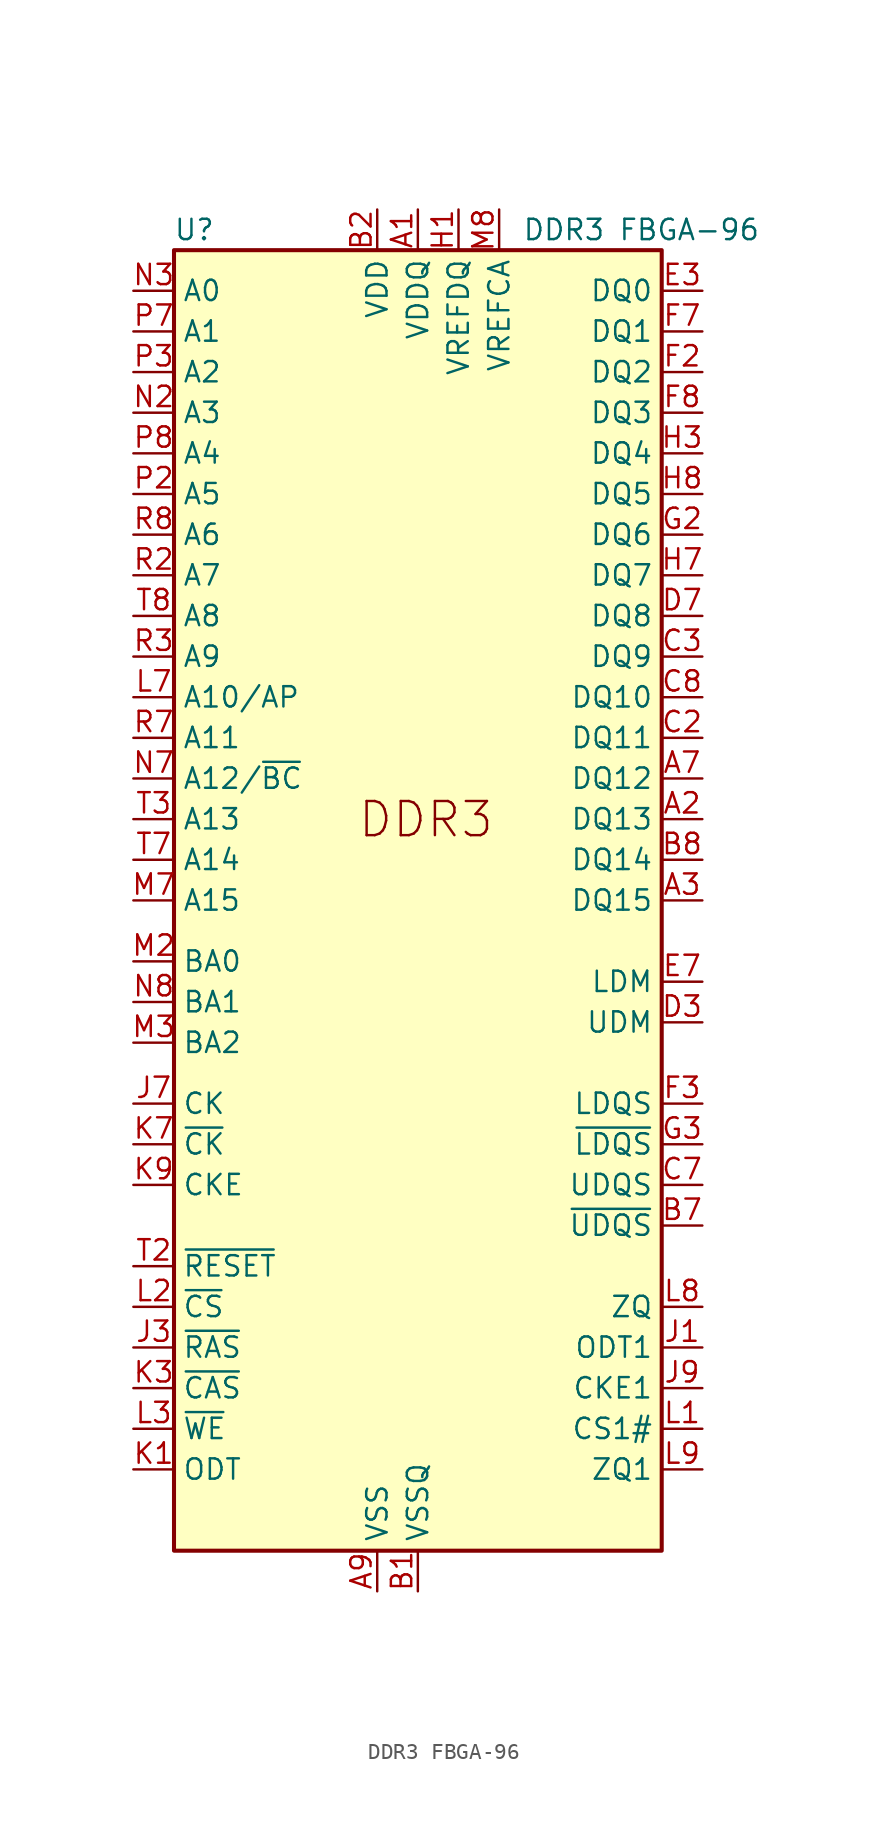
<source format=kicad_sym>
(kicad_symbol_lib
  (version 20220914)
  (generator kicad_symbol_editor)
  (symbol "DDR3 FBGA-96"
    (property "Reference" "U"
      (at -13.97 41.91 0)
      (effects (font (size 1.27 1.27))))
    (property "Value" "DDR3 FBGA-96"
      (at 13.97 41.91 0)
      (effects (font (size 1.27 1.27))))
    (symbol "DDR3 FBGA-96_0_1"
      (rectangle (start -15.24 40.64) (end 15.24 -40.64) (stroke (width 0.254) (type default)) (fill (type background)))
      (pin power_in line (at 0 43.18 270) (length 2.54) (name "VDDQ" (effects (font (size 1.27 1.27)))) (number "A1" (effects (font (size 1.27 1.27)))))
      (pin passive line (at 0 43.18 270) (length 2.54) hide (name "VDDQ" (effects (font (size 1.27 1.27)))) (number "A8" (effects (font (size 1.27 1.27)))))
      (pin power_in line (at -2.54 -43.18 90) (length 2.54) (name "VSS" (effects (font (size 1.27 1.27)))) (number "A9" (effects (font (size 1.27 1.27)))))
      (pin power_in line (at 0 -43.18 90) (length 2.54) (name "VSSQ" (effects (font (size 1.27 1.27)))) (number "B1" (effects (font (size 1.27 1.27)))))
      (pin power_in line (at -2.54 43.18 270) (length 2.54) (name "VDD" (effects (font (size 1.27 1.27)))) (number "B2" (effects (font (size 1.27 1.27)))))
      (pin passive line (at -2.54 -43.18 90) (length 2.54) hide (name "VSS" (effects (font (size 1.27 1.27)))) (number "B3" (effects (font (size 1.27 1.27)))))
      (pin passive line (at 0 -43.18 90) (length 2.54) hide (name "VSSQ" (effects (font (size 1.27 1.27)))) (number "B9" (effects (font (size 1.27 1.27)))))
      (pin passive line (at 0 43.18 270) (length 2.54) hide (name "VDDQ" (effects (font (size 1.27 1.27)))) (number "C1" (effects (font (size 1.27 1.27)))))
      (pin passive line (at 0 43.18 270) (length 2.54) hide (name "VDDQ" (effects (font (size 1.27 1.27)))) (number "C9" (effects (font (size 1.27 1.27)))))
      (pin passive line (at 0 -43.18 90) (length 2.54) hide (name "VSSQ" (effects (font (size 1.27 1.27)))) (number "D1" (effects (font (size 1.27 1.27)))))
      (pin passive line (at 0 43.18 270) (length 2.54) hide (name "VDDQ" (effects (font (size 1.27 1.27)))) (number "D2" (effects (font (size 1.27 1.27)))))
      (pin passive line (at 0 -43.18 90) (length 2.54) hide (name "VSSQ" (effects (font (size 1.27 1.27)))) (number "D8" (effects (font (size 1.27 1.27)))))
      (pin passive line (at -2.54 43.18 270) (length 2.54) hide (name "VDD" (effects (font (size 1.27 1.27)))) (number "D9" (effects (font (size 1.27 1.27)))))
      (pin passive line (at -2.54 -43.18 90) (length 2.54) hide (name "VSS" (effects (font (size 1.27 1.27)))) (number "E1" (effects (font (size 1.27 1.27)))))
      (pin passive line (at 0 -43.18 90) (length 2.54) hide (name "VSSQ" (effects (font (size 1.27 1.27)))) (number "E2" (effects (font (size 1.27 1.27)))))
      (pin bidirectional line (at 17.78 38.1 180) (length 2.54) (name "DQ0" (effects (font (size 1.27 1.27)))) (number "E3" (effects (font (size 1.27 1.27)))))
      (pin passive line (at 0 -43.18 90) (length 2.54) hide (name "VSSQ" (effects (font (size 1.27 1.27)))) (number "E8" (effects (font (size 1.27 1.27)))))
      (pin passive line (at 0 43.18 270) (length 2.54) hide (name "VDDQ" (effects (font (size 1.27 1.27)))) (number "E9" (effects (font (size 1.27 1.27)))))
      (pin passive line (at 0 43.18 270) (length 2.54) hide (name "VDDQ" (effects (font (size 1.27 1.27)))) (number "F1" (effects (font (size 1.27 1.27)))))
      (pin bidirectional line (at 17.78 33.02 180) (length 2.54) (name "DQ2" (effects (font (size 1.27 1.27)))) (number "F2" (effects (font (size 1.27 1.27)))))
      (pin bidirectional line (at 17.78 35.56 180) (length 2.54) (name "DQ1" (effects (font (size 1.27 1.27)))) (number "F7" (effects (font (size 1.27 1.27)))))
      (pin bidirectional line (at 17.78 30.48 180) (length 2.54) (name "DQ3" (effects (font (size 1.27 1.27)))) (number "F8" (effects (font (size 1.27 1.27)))))
      (pin passive line (at 0 -43.18 90) (length 2.54) hide (name "VSSQ" (effects (font (size 1.27 1.27)))) (number "F9" (effects (font (size 1.27 1.27)))))
      (pin passive line (at 0 -43.18 90) (length 2.54) hide (name "VSSQ" (effects (font (size 1.27 1.27)))) (number "G1" (effects (font (size 1.27 1.27)))))
      (pin bidirectional line (at 17.78 22.86 180) (length 2.54) (name "DQ6" (effects (font (size 1.27 1.27)))) (number "G2" (effects (font (size 1.27 1.27)))))
      (pin passive line (at -2.54 43.18 270) (length 2.54) hide (name "VDD" (effects (font (size 1.27 1.27)))) (number "G7" (effects (font (size 1.27 1.27)))))
      (pin passive line (at -2.54 -43.18 90) (length 2.54) hide (name "VSS" (effects (font (size 1.27 1.27)))) (number "G8" (effects (font (size 1.27 1.27)))))
      (pin passive line (at 0 -43.18 90) (length 2.54) hide (name "VSSQ" (effects (font (size 1.27 1.27)))) (number "G9" (effects (font (size 1.27 1.27)))))
      (pin power_in line (at 2.54 43.18 270) (length 2.54) (name "VREFDQ" (effects (font (size 1.27 1.27)))) (number "H1" (effects (font (size 1.27 1.27)))))
      (pin passive line (at 0 43.18 270) (length 2.54) hide (name "VDDQ" (effects (font (size 1.27 1.27)))) (number "H2" (effects (font (size 1.27 1.27)))))
      (pin bidirectional line (at 17.78 27.94 180) (length 2.54) (name "DQ4" (effects (font (size 1.27 1.27)))) (number "H3" (effects (font (size 1.27 1.27)))))
      (pin bidirectional line (at 17.78 20.32 180) (length 2.54) (name "DQ7" (effects (font (size 1.27 1.27)))) (number "H7" (effects (font (size 1.27 1.27)))))
      (pin bidirectional line (at 17.78 25.4 180) (length 2.54) (name "DQ5" (effects (font (size 1.27 1.27)))) (number "H8" (effects (font (size 1.27 1.27)))))
      (pin passive line (at 0 43.18 270) (length 2.54) hide (name "VDDQ" (effects (font (size 1.27 1.27)))) (number "H9" (effects (font (size 1.27 1.27)))))
      (pin passive line (at -2.54 -43.18 90) (length 2.54) hide (name "VSS" (effects (font (size 1.27 1.27)))) (number "J2" (effects (font (size 1.27 1.27)))))
      (pin passive line (at -2.54 -43.18 90) (length 2.54) hide (name "VSS" (effects (font (size 1.27 1.27)))) (number "J8" (effects (font (size 1.27 1.27)))))
      (pin passive line (at -2.54 43.18 270) (length 2.54) hide (name "VDD" (effects (font (size 1.27 1.27)))) (number "K2" (effects (font (size 1.27 1.27)))))
      (pin passive line (at -2.54 43.18 270) (length 2.54) hide (name "VDD" (effects (font (size 1.27 1.27)))) (number "K8" (effects (font (size 1.27 1.27)))))
      (pin input line (at -17.78 -25.4 0) (length 2.54) (name "~{CS}" (effects (font (size 1.27 1.27)))) (number "L2" (effects (font (size 1.27 1.27)))))
      (pin input line (at -17.78 12.7 0) (length 2.54) (name "A10/AP" (effects (font (size 1.27 1.27)))) (number "L7" (effects (font (size 1.27 1.27)))))
      (pin passive line (at -2.54 -43.18 90) (length 2.54) hide (name "VSS" (effects (font (size 1.27 1.27)))) (number "M1" (effects (font (size 1.27 1.27)))))
      (pin passive line (at -2.54 -43.18 90) (length 2.54) hide (name "VSS" (effects (font (size 1.27 1.27)))) (number "M9" (effects (font (size 1.27 1.27)))))
      (pin passive line (at -2.54 43.18 270) (length 2.54) hide (name "VDD" (effects (font (size 1.27 1.27)))) (number "N1" (effects (font (size 1.27 1.27)))))
      (pin input line (at -17.78 30.48 0) (length 2.54) (name "A3" (effects (font (size 1.27 1.27)))) (number "N2" (effects (font (size 1.27 1.27)))))
      (pin input line (at -17.78 38.1 0) (length 2.54) (name "A0" (effects (font (size 1.27 1.27)))) (number "N3" (effects (font (size 1.27 1.27)))))
      (pin input line (at -17.78 7.62 0) (length 2.54) (name "A12/~{BC}" (effects (font (size 1.27 1.27)))) (number "N7" (effects (font (size 1.27 1.27)))))
      (pin passive line (at -2.54 43.18 270) (length 2.54) hide (name "VDD" (effects (font (size 1.27 1.27)))) (number "N9" (effects (font (size 1.27 1.27)))))
      (pin passive line (at -2.54 -43.18 90) (length 2.54) hide (name "VSS" (effects (font (size 1.27 1.27)))) (number "P1" (effects (font (size 1.27 1.27)))))
      (pin input line (at -17.78 25.4 0) (length 2.54) (name "A5" (effects (font (size 1.27 1.27)))) (number "P2" (effects (font (size 1.27 1.27)))))
      (pin input line (at -17.78 33.02 0) (length 2.54) (name "A2" (effects (font (size 1.27 1.27)))) (number "P3" (effects (font (size 1.27 1.27)))))
      (pin input line (at -17.78 35.56 0) (length 2.54) (name "A1" (effects (font (size 1.27 1.27)))) (number "P7" (effects (font (size 1.27 1.27)))))
      (pin input line (at -17.78 27.94 0) (length 2.54) (name "A4" (effects (font (size 1.27 1.27)))) (number "P8" (effects (font (size 1.27 1.27)))))
      (pin passive line (at -2.54 -43.18 90) (length 2.54) hide (name "VSS" (effects (font (size 1.27 1.27)))) (number "P9" (effects (font (size 1.27 1.27)))))
      (pin passive line (at -2.54 43.18 270) (length 2.54) hide (name "VDD" (effects (font (size 1.27 1.27)))) (number "R1" (effects (font (size 1.27 1.27)))))
      (pin input line (at -17.78 20.32 0) (length 2.54) (name "A7" (effects (font (size 1.27 1.27)))) (number "R2" (effects (font (size 1.27 1.27)))))
      (pin input line (at -17.78 15.24 0) (length 2.54) (name "A9" (effects (font (size 1.27 1.27)))) (number "R3" (effects (font (size 1.27 1.27)))))
      (pin input line (at -17.78 10.16 0) (length 2.54) (name "A11" (effects (font (size 1.27 1.27)))) (number "R7" (effects (font (size 1.27 1.27)))))
      (pin input line (at -17.78 22.86 0) (length 2.54) (name "A6" (effects (font (size 1.27 1.27)))) (number "R8" (effects (font (size 1.27 1.27)))))
      (pin passive line (at -2.54 43.18 270) (length 2.54) hide (name "VDD" (effects (font (size 1.27 1.27)))) (number "R9" (effects (font (size 1.27 1.27)))))
      (pin passive line (at -2.54 -43.18 90) (length 2.54) hide (name "VSS" (effects (font (size 1.27 1.27)))) (number "T1" (effects (font (size 1.27 1.27)))))
      (pin input line (at -17.78 -22.86 0) (length 2.54) (name "~{RESET}" (effects (font (size 1.27 1.27)))) (number "T2" (effects (font (size 1.27 1.27)))))
      (pin input line (at -17.78 5.08 0) (length 2.54) (name "A13" (effects (font (size 1.27 1.27)))) (number "T3" (effects (font (size 1.27 1.27)))))
      (pin input line (at -17.78 2.54 0) (length 2.54) (name "A14" (effects (font (size 1.27 1.27)))) (number "T7" (effects (font (size 1.27 1.27)))))
      (pin input line (at -17.78 17.78 0) (length 2.54) (name "A8" (effects (font (size 1.27 1.27)))) (number "T8" (effects (font (size 1.27 1.27)))))
      (pin passive line (at -2.54 -43.18 90) (length 2.54) hide (name "VSS" (effects (font (size 1.27 1.27)))) (number "T9" (effects (font (size 1.27 1.27))))))
    (symbol "DDR3 FBGA-96_1_1"
      (text "DDR3" (at -3.81 3.81 0) (effects (font (size 2.134 2.134)) (justify left bottom)))
      (pin bidirectional line (at 17.78 5.08 180) (length 2.54) (name "DQ13" (effects (font (size 1.27 1.27)))) (number "A2" (effects (font (size 1.27 1.27)))))
      (pin bidirectional line (at 17.78 0 180) (length 2.54) (name "DQ15" (effects (font (size 1.27 1.27)))) (number "A3" (effects (font (size 1.27 1.27)))))
      (pin bidirectional line (at 17.78 7.62 180) (length 2.54) (name "DQ12" (effects (font (size 1.27 1.27)))) (number "A7" (effects (font (size 1.27 1.27)))))
      (pin bidirectional line (at 17.78 -20.32 180) (length 2.54) (name "~{UDQS}" (effects (font (size 1.27 1.27)))) (number "B7" (effects (font (size 1.27 1.27)))))
      (pin bidirectional line (at 17.78 2.54 180) (length 2.54) (name "DQ14" (effects (font (size 1.27 1.27)))) (number "B8" (effects (font (size 1.27 1.27)))))
      (pin bidirectional line (at 17.78 10.16 180) (length 2.54) (name "DQ11" (effects (font (size 1.27 1.27)))) (number "C2" (effects (font (size 1.27 1.27)))))
      (pin bidirectional line (at 17.78 15.24 180) (length 2.54) (name "DQ9" (effects (font (size 1.27 1.27)))) (number "C3" (effects (font (size 1.27 1.27)))))
      (pin bidirectional line (at 17.78 -17.78 180) (length 2.54) (name "UDQS" (effects (font (size 1.27 1.27)))) (number "C7" (effects (font (size 1.27 1.27)))))
      (pin bidirectional line (at 17.78 12.7 180) (length 2.54) (name "DQ10" (effects (font (size 1.27 1.27)))) (number "C8" (effects (font (size 1.27 1.27)))))
      (pin input line (at 17.78 -7.62 180) (length 2.54) (name "UDM" (effects (font (size 1.27 1.27)))) (number "D3" (effects (font (size 1.27 1.27)))))
      (pin bidirectional line (at 17.78 17.78 180) (length 2.54) (name "DQ8" (effects (font (size 1.27 1.27)))) (number "D7" (effects (font (size 1.27 1.27)))))
      (pin input line (at 17.78 -5.08 180) (length 2.54) (name "LDM" (effects (font (size 1.27 1.27)))) (number "E7" (effects (font (size 1.27 1.27)))))
      (pin bidirectional line (at 17.78 -12.7 180) (length 2.54) (name "LDQS" (effects (font (size 1.27 1.27)))) (number "F3" (effects (font (size 1.27 1.27)))))
      (pin bidirectional line (at 17.78 -15.24 180) (length 2.54) (name "~{LDQS}" (effects (font (size 1.27 1.27)))) (number "G3" (effects (font (size 1.27 1.27)))))
      (pin input line (at 17.78 -27.94 180) (length 2.54) (name "ODT1" (effects (font (size 1.27 1.27)))) (number "J1" (effects (font (size 1.27 1.27)))))
      (pin input line (at -17.78 -27.94 0) (length 2.54) (name "~{RAS}" (effects (font (size 1.27 1.27)))) (number "J3" (effects (font (size 1.27 1.27)))))
      (pin input line (at -17.78 -12.7 0) (length 2.54) (name "CK" (effects (font (size 1.27 1.27)))) (number "J7" (effects (font (size 1.27 1.27)))))
      (pin input line (at 17.78 -30.48 180) (length 2.54) (name "CKE1" (effects (font (size 1.27 1.27)))) (number "J9" (effects (font (size 1.27 1.27)))))
      (pin input line (at -17.78 -35.56 0) (length 2.54) (name "ODT" (effects (font (size 1.27 1.27)))) (number "K1" (effects (font (size 1.27 1.27)))))
      (pin input line (at -17.78 -30.48 0) (length 2.54) (name "~{CAS}" (effects (font (size 1.27 1.27)))) (number "K3" (effects (font (size 1.27 1.27)))))
      (pin input line (at -17.78 -15.24 0) (length 2.54) (name "~{CK}" (effects (font (size 1.27 1.27)))) (number "K7" (effects (font (size 1.27 1.27)))))
      (pin input line (at -17.78 -17.78 0) (length 2.54) (name "CKE" (effects (font (size 1.27 1.27)))) (number "K9" (effects (font (size 1.27 1.27)))))
      (pin input line (at 17.78 -33.02 180) (length 2.54) (name "CS1#" (effects (font (size 1.27 1.27)))) (number "L1" (effects (font (size 1.27 1.27)))))
      (pin input line (at -17.78 -33.02 0) (length 2.54) (name "~{WE}" (effects (font (size 1.27 1.27)))) (number "L3" (effects (font (size 1.27 1.27)))))
      (pin input line (at 17.78 -25.4 180) (length 2.54) (name "ZQ" (effects (font (size 1.27 1.27)))) (number "L8" (effects (font (size 1.27 1.27)))))
      (pin input line (at 17.78 -35.56 180) (length 2.54) (name "ZQ1" (effects (font (size 1.27 1.27)))) (number "L9" (effects (font (size 1.27 1.27)))))
      (pin input line (at -17.78 -3.81 0) (length 2.54) (name "BA0" (effects (font (size 1.27 1.27)))) (number "M2" (effects (font (size 1.27 1.27)))))
      (pin input line (at -17.78 -8.89 0) (length 2.54) (name "BA2" (effects (font (size 1.27 1.27)))) (number "M3" (effects (font (size 1.27 1.27)))))
      (pin input line (at -17.78 0 0) (length 2.54) (name "A15" (effects (font (size 1.27 1.27)))) (number "M7" (effects (font (size 1.27 1.27)))))
      (pin power_in line (at 5.08 43.18 270) (length 2.54) (name "VREFCA" (effects (font (size 1.27 1.27)))) (number "M8" (effects (font (size 1.27 1.27)))))
      (pin input line (at -17.78 -6.35 0) (length 2.54) (name "BA1" (effects (font (size 1.27 1.27)))) (number "N8" (effects (font (size 1.27 1.27))))))))
</source>
